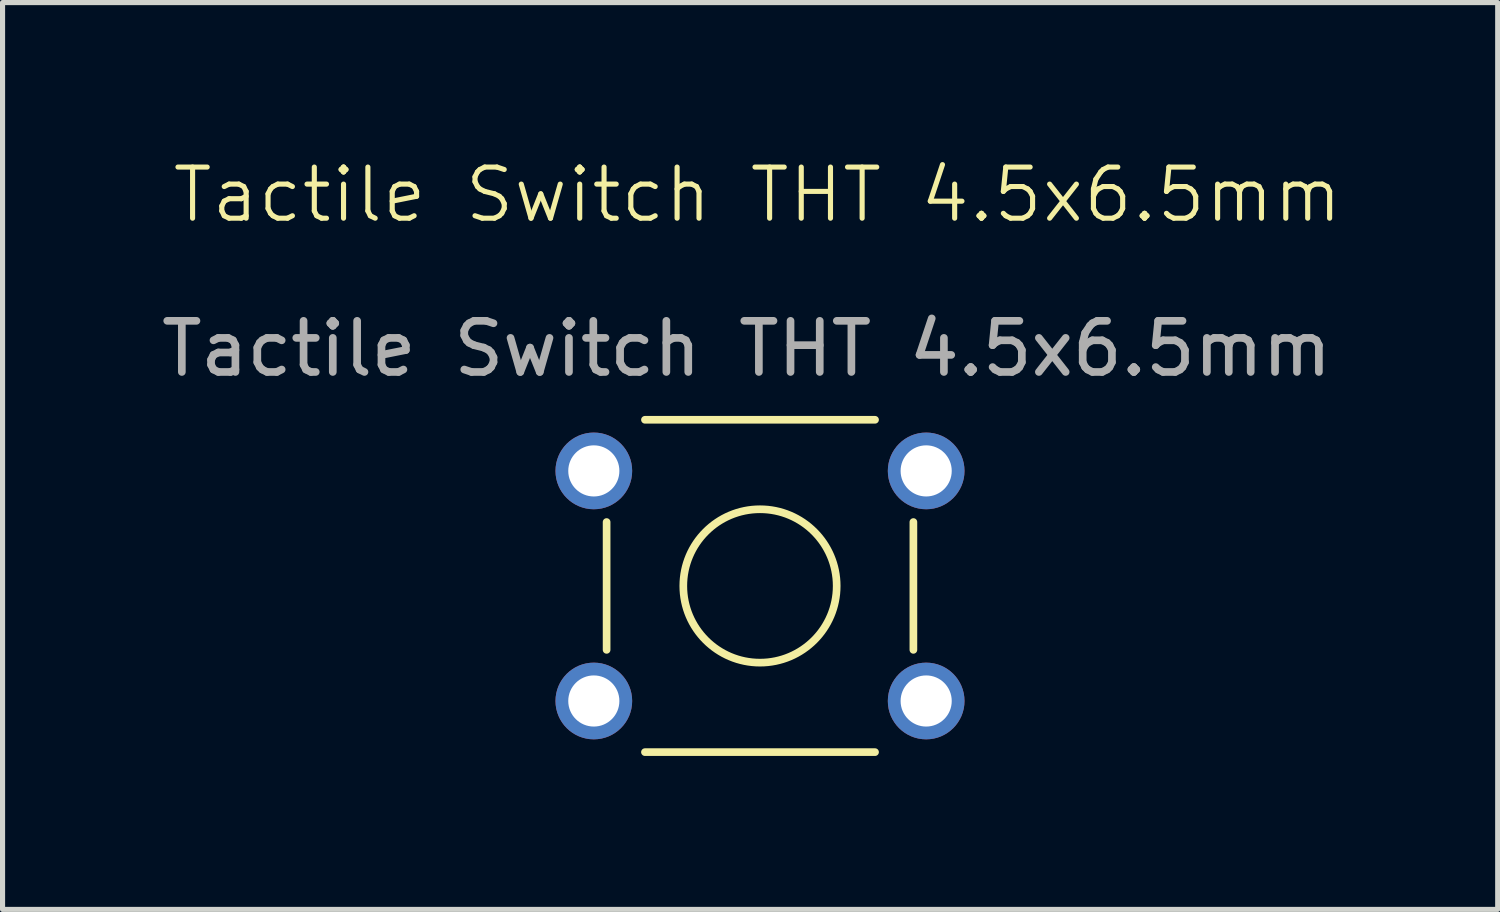
<source format=kicad_pcb>
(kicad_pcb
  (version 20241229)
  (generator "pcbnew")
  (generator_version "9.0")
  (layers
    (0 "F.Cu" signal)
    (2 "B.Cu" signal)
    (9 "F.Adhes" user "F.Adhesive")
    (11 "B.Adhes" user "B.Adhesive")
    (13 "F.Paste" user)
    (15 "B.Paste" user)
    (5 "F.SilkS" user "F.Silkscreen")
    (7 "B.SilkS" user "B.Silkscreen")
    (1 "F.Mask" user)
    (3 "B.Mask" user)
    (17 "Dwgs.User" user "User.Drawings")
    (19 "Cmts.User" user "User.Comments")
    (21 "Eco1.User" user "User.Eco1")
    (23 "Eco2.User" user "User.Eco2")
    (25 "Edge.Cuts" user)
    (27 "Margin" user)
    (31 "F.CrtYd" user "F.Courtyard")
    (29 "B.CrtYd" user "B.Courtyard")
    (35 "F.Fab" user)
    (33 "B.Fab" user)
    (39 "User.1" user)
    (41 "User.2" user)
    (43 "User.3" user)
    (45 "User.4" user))
  (footprint "Tactile Switch THT 4.5x6.5mm"
    (layer "F.Cu")
    (at 8.564 6.16)
    (property "Reference" "Tactile Switch THT 4.5x6.5mm" (at 3.2 -5.4 0) (unlocked yes) (layer "F.SilkS") (effects (font (size 1 1) (thickness 0.1))))
    (attr through_hole)
    (fp_line (start 0.25 3.5) (end 0.25 1) (stroke (width 0.15) (type default)) (layer "F.SilkS"))
    (fp_line (start 5.5 -1) (end 1 -1) (stroke (width 0.15) (type default)) (layer "F.SilkS"))
    (fp_line (start 5.5 5.5) (end 1 5.5) (stroke (width 0.15) (type default)) (layer "F.SilkS"))
    (fp_line (start 6.25 3.5) (end 6.25 1) (stroke (width 0.15) (type default)) (layer "F.SilkS"))
    (fp_circle (center 3.25 2.25) (end 4.75 2.25) (stroke (width 0.15) (type default)) (fill no) (layer "F.SilkS"))
    (fp_text user "${REFERENCE}" (at 2.99 -2.39 0) (unlocked yes) (layer "F.Fab") (effects (font (size 1 1) (thickness 0.15))))
    (pad "1" thru_hole circle (at 0 0) (size 1.5 1.5) (drill 1) (layers "*.Cu" "*.Mask"))
    (pad "2" thru_hole circle (at 6.5 0) (size 1.5 1.5) (drill 1) (layers "*.Cu" "*.Mask"))
    (pad "3" thru_hole circle (at 0 4.5) (size 1.5 1.5) (drill 1) (layers "*.Cu" "*.Mask"))
    (pad "4" thru_hole circle (at 6.5 4.5) (size 1.5 1.5) (drill 1) (layers "*.Cu" "*.Mask")))
  (gr_rect
    (start -3 -3)
    (end 26.242 14.736)
    (stroke (width 0.1) (type default))
    (fill no)
    (layer "Edge.Cuts")))
</source>
